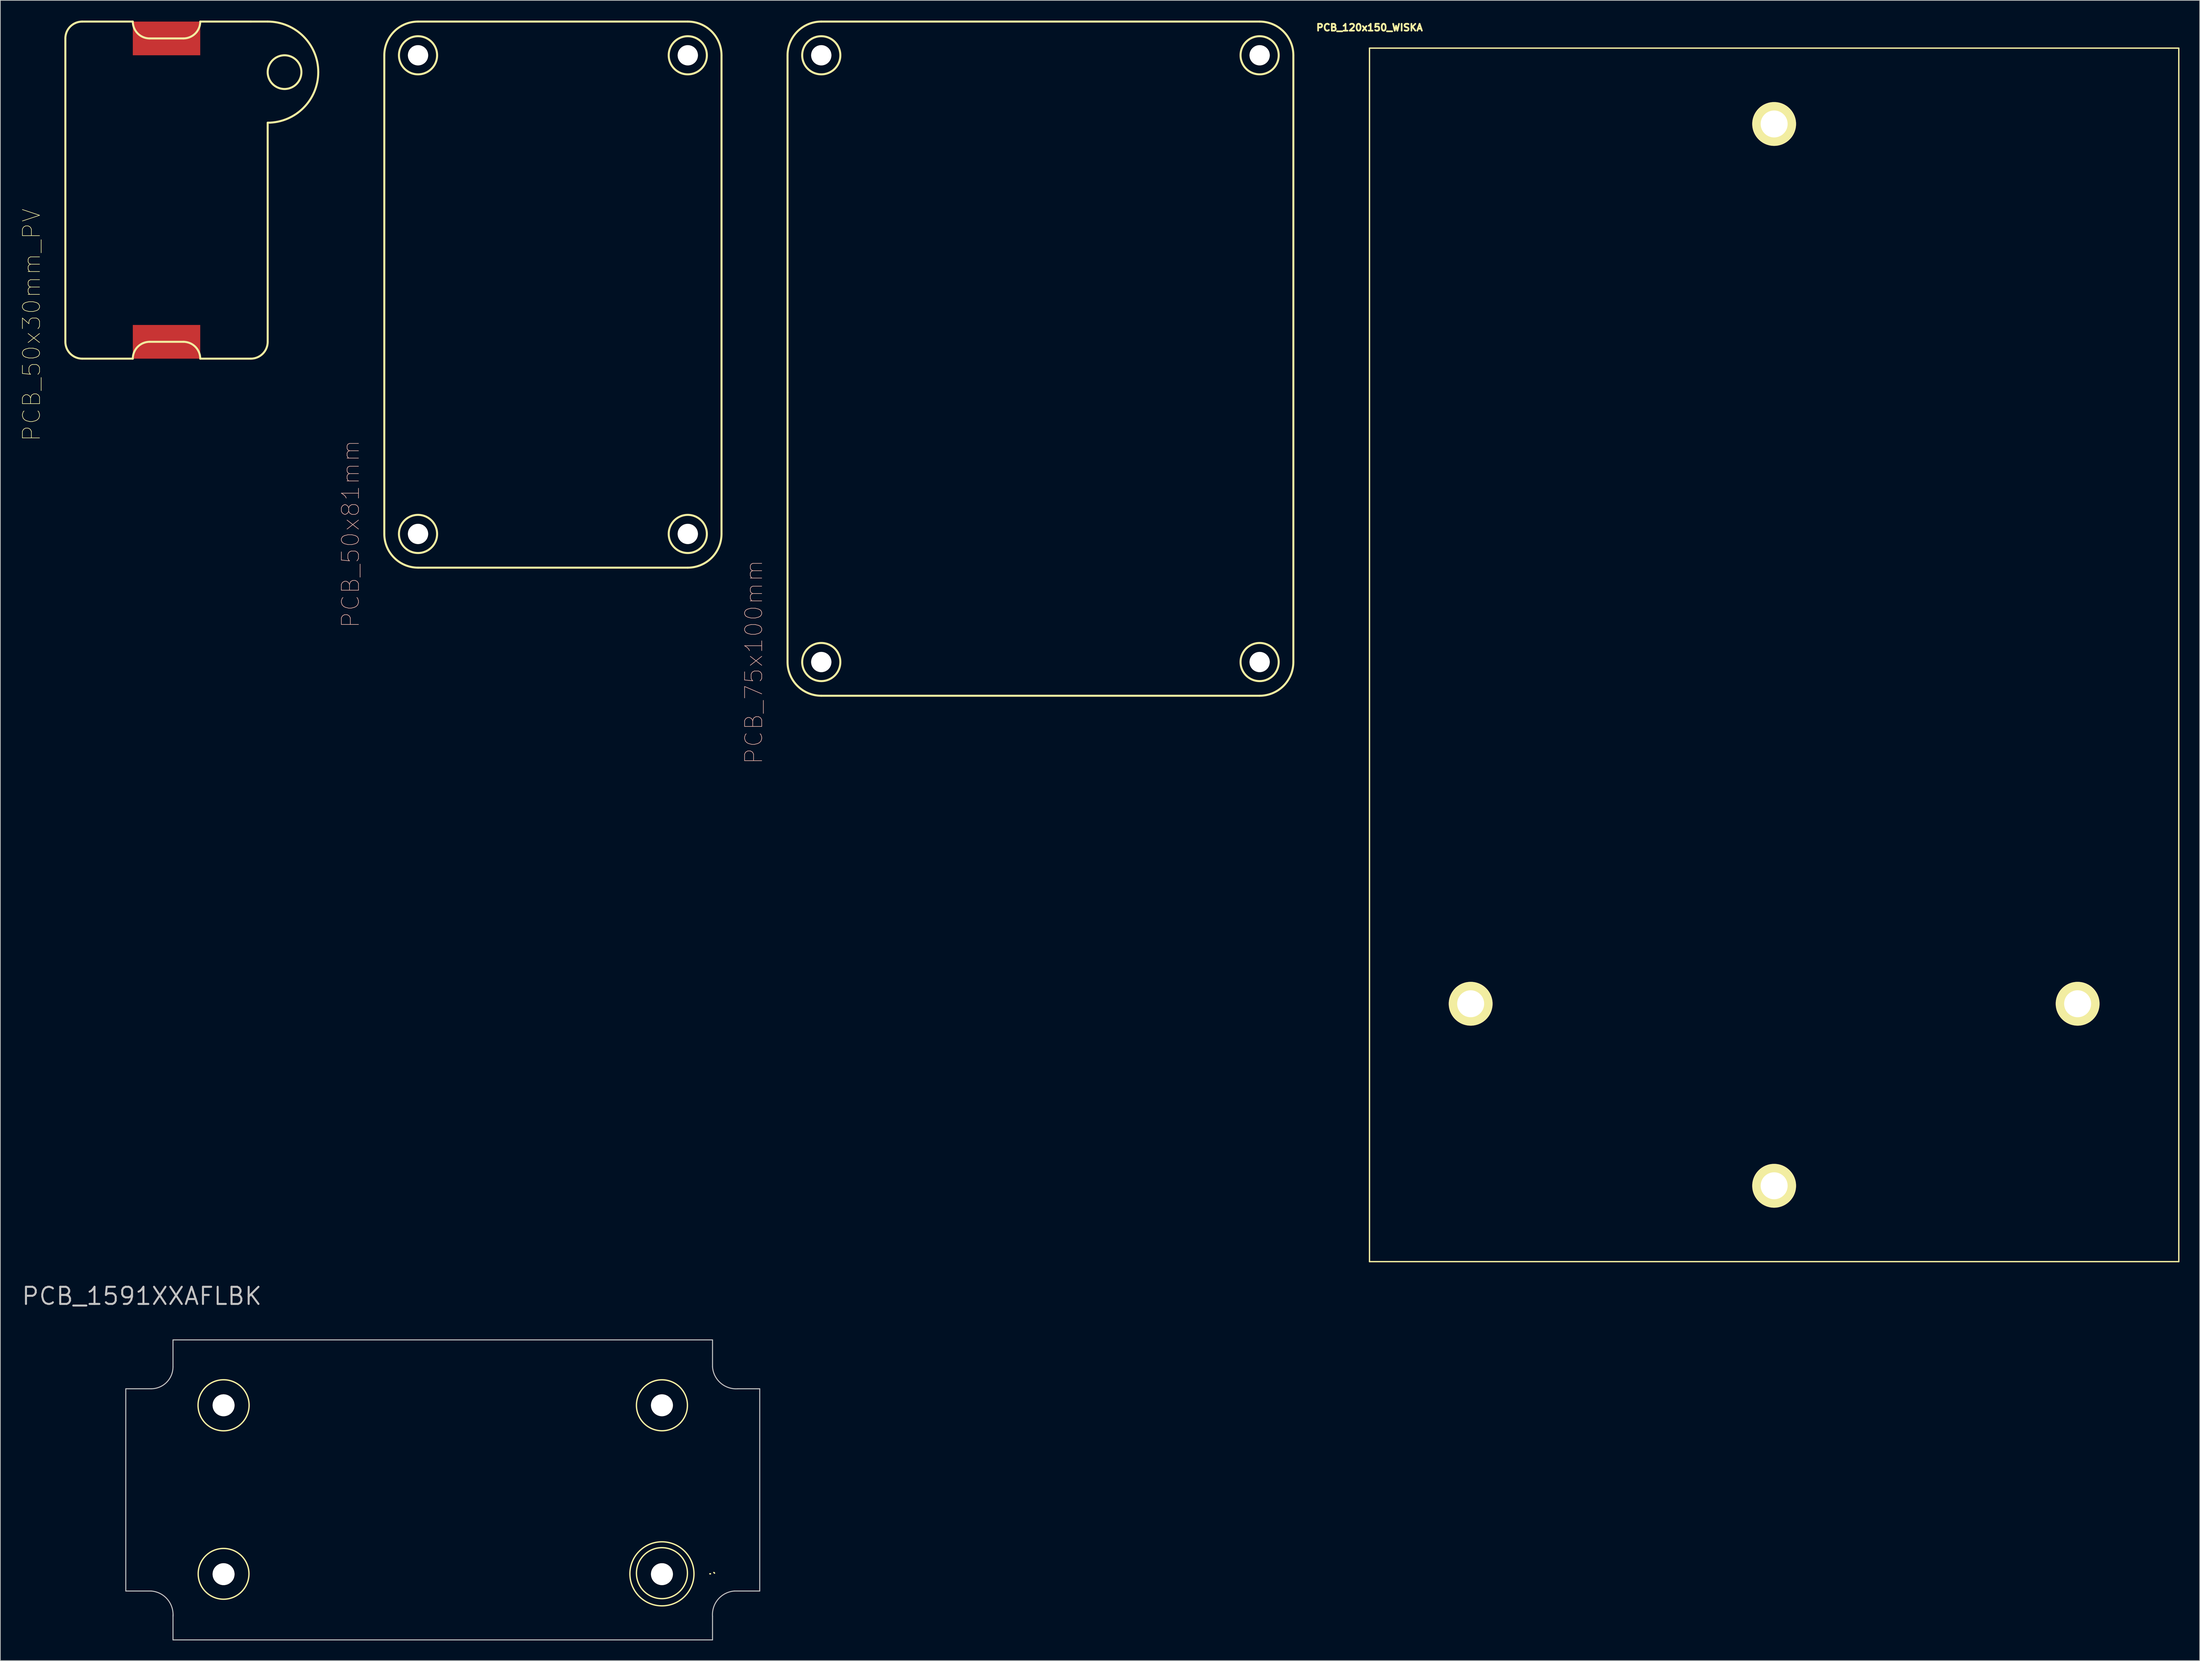
<source format=kicad_pcb>
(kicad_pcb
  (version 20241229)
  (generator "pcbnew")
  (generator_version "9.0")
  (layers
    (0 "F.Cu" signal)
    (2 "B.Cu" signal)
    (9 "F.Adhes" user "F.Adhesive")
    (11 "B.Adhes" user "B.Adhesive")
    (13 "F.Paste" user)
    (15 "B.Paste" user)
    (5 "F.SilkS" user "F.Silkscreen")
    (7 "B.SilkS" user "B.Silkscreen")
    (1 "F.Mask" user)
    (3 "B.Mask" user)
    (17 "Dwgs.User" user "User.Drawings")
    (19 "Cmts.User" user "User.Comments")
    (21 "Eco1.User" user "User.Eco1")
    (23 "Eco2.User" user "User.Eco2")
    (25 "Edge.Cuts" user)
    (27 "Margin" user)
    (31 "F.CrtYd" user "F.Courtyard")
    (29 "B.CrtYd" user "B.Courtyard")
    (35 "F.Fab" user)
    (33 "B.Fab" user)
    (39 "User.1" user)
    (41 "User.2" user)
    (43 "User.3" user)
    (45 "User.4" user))
  (footprint "PCB_120x150_WISKA"
    (layer "F.Cu")
    (at 200.017 4.088)
    (property "Reference" "PCB_120x150_WISKA" (at 0 -3.048 0) (layer "F.SilkS") (effects (font (size 1.016 1.016) (thickness 0.254))))
    (attr through_hole)
    (fp_line (start 0 0) (end 120 0) (stroke (width 0.2) (type solid)) (layer "F.SilkS"))
    (fp_line (start 0 180) (end 0 0) (stroke (width 0.2) (type solid)) (layer "F.SilkS"))
    (fp_line (start 120 0) (end 120 180) (stroke (width 0.2) (type solid)) (layer "F.SilkS"))
    (fp_line (start 120 180) (end 0 180) (stroke (width 0.2) (type solid)) (layer "F.SilkS"))
    (pad "" np_thru_hole circle (at 15 141.75) (size 6.5 6.5) (drill 4) (layers "*.Cu" "*.Mask" "F.SilkS"))
    (pad "" np_thru_hole circle (at 60 11.25) (size 6.5 6.5) (drill 4) (layers "*.Cu" "*.Mask" "F.SilkS"))
    (pad "" np_thru_hole circle (at 60 168.75) (size 6.5 6.5) (drill 4) (layers "*.Cu" "*.Mask" "F.SilkS"))
    (pad "" np_thru_hole circle (at 105 141.75) (size 6.5 6.5) (drill 4) (layers "*.Cu" "*.Mask" "F.SilkS")))
  (footprint "PCB_75x100mm"
    (layer "F.Cu")
    (at 113.726 100.15)
    (property "Reference" "PCB_75x100mm" (at -5 -5 90) (layer "B.SilkS") (effects (font (size 2.54 2.54) (thickness 0.089))))
    (attr exclude_from_pos_files exclude_from_bom)
    (fp_line (start 0 -95) (end 0 -45) (stroke (width 0.3) (type solid)) (layer "F.SilkS"))
    (fp_line (start 0 -45) (end 0 -5) (stroke (width 0.3) (type solid)) (layer "F.SilkS"))
    (fp_line (start 5 0) (end 70 0) (stroke (width 0.3) (type solid)) (layer "F.SilkS"))
    (fp_line (start 70 -100) (end 5 -100) (stroke (width 0.3) (type solid)) (layer "F.SilkS"))
    (fp_line (start 75 -5) (end 75 -95) (stroke (width 0.3) (type solid)) (layer "F.SilkS"))
    (fp_arc (start 0 -95) (mid 1.464466 -98.535534) (end 5 -100) (stroke (width 0.3) (type solid)) (layer "F.SilkS"))
    (fp_arc (start 5 0) (mid 1.464466 -1.464466) (end 0 -5) (stroke (width 0.3) (type solid)) (layer "F.SilkS"))
    (fp_arc (start 70 -100) (mid 73.535534 -98.535534) (end 75 -95) (stroke (width 0.3) (type solid)) (layer "F.SilkS"))
    (fp_arc (start 75 -5) (mid 73.535534 -1.464466) (end 70 0) (stroke (width 0.3) (type solid)) (layer "F.SilkS"))
    (fp_circle (center 5 -95) (end 7 -93) (stroke (width 0.3) (type solid)) (fill no) (layer "F.SilkS"))
    (fp_circle (center 5 -5) (end 7 -3) (stroke (width 0.3) (type solid)) (fill no) (layer "F.SilkS"))
    (fp_circle (center 70 -95) (end 72 -93) (stroke (width 0.3) (type solid)) (fill no) (layer "F.SilkS"))
    (fp_circle (center 70 -5) (end 72 -3) (stroke (width 0.3) (type solid)) (fill no) (layer "F.SilkS"))
    (pad "" np_thru_hole circle (at 5 -95) (size 3 3) (drill 3) (layers "*.Cu" "*.Mask" "F.SilkS"))
    (pad "" np_thru_hole circle (at 5 -5) (size 3 3) (drill 3) (layers "*.Cu" "*.Mask" "F.SilkS"))
    (pad "" np_thru_hole circle (at 70 -95) (size 3 3) (drill 3) (layers "*.Cu" "*.Mask" "F.SilkS"))
    (pad "" np_thru_hole circle (at 70 -5) (size 3 3) (drill 3) (layers "*.Cu" "*.Mask" "F.SilkS")))
  (footprint "PCB_1591XXAFLBK"
    (layer "F.Cu")
    (at 15.601 195.697)
    (property "Reference" "PCB_1591XXAFLBK" (at 2.375 -6.496 180) (layer "Dwgs.User") (effects (font (size 2.54 2.54) (thickness 0.3))))
    (attr exclude_from_pos_files exclude_from_bom)
    (fp_line (start 86.6 34.7) (end 86.7 34.7) (stroke (width 0.2) (type solid)) (layer "F.SilkS"))
    (fp_line (start 87.3 34.6) (end 87.2 34.5) (stroke (width 0.2) (type solid)) (layer "F.SilkS"))
    (fp_circle (center 14.5 9.7) (end 18.2 10.5) (stroke (width 0.2) (type solid)) (fill no) (layer "F.SilkS"))
    (fp_circle (center 14.5 34.7) (end 17.4 37.1) (stroke (width 0.2) (type solid)) (fill no) (layer "F.SilkS"))
    (fp_circle (center 79.5 9.7) (end 81.8 12.7) (stroke (width 0.2) (type solid)) (fill no) (layer "F.SilkS"))
    (fp_circle (center 79.5 34.6) (end 81.8 37.6) (stroke (width 0.2) (type solid)) (fill no) (layer "F.SilkS"))
    (fp_circle (center 79.5 34.7) (end 82.6 38.3) (stroke (width 0.2) (type solid)) (fill no) (layer "F.SilkS"))
    (fp_line (start 0 7.25) (end 0 37.25) (stroke (width 0.15) (type solid)) (layer "Dwgs.User"))
    (fp_line (start 3.75 7.25) (end 0 7.25) (stroke (width 0.15) (type solid)) (layer "Dwgs.User"))
    (fp_line (start 3.75 37.25) (end 0 37.25) (stroke (width 0.15) (type solid)) (layer "Dwgs.User"))
    (fp_line (start 7 4) (end 7 0) (stroke (width 0.15) (type solid)) (layer "Dwgs.User"))
    (fp_line (start 7 40.75) (end 7 44.5) (stroke (width 0.15) (type solid)) (layer "Dwgs.User"))
    (fp_line (start 87 0) (end 7 0) (stroke (width 0.15) (type solid)) (layer "Dwgs.User"))
    (fp_line (start 87 4) (end 87 0) (stroke (width 0.15) (type solid)) (layer "Dwgs.User"))
    (fp_line (start 87 41) (end 87 44.5) (stroke (width 0.15) (type solid)) (layer "Dwgs.User"))
    (fp_line (start 87 44.5) (end 7 44.5) (stroke (width 0.15) (type solid)) (layer "Dwgs.User"))
    (fp_line (start 90.25 37.25) (end 94 37.25) (stroke (width 0.15) (type solid)) (layer "Dwgs.User"))
    (fp_line (start 90.75 7.25) (end 94 7.25) (stroke (width 0.15) (type solid)) (layer "Dwgs.User"))
    (fp_line (start 94 37.25) (end 94 7.25) (stroke (width 0.15) (type solid)) (layer "Dwgs.User"))
    (fp_arc (start 3.75 37.25) (mid 6.15165 38.451903) (end 7 41) (stroke (width 0.15) (type solid)) (layer "Dwgs.User"))
    (fp_arc (start 7 4) (mid 6.048097 6.298097) (end 3.75 7.25) (stroke (width 0.15) (type solid)) (layer "Dwgs.User"))
    (fp_arc (start 87 41) (mid 87.84835 38.451903) (end 90.25 37.25) (stroke (width 0.15) (type solid)) (layer "Dwgs.User"))
    (fp_arc (start 90.75 7.25) (mid 88.201903 6.40165) (end 87 4) (stroke (width 0.15) (type solid)) (layer "Dwgs.User"))
    (pad "" np_thru_hole circle (at 14.5 9.7) (size 3.25 3.25) (drill 3.25) (layers "*.Cu" "*.Mask" "F.SilkS"))
    (pad "" np_thru_hole circle (at 14.5 34.75) (size 3.25 3.25) (drill 3.25) (layers "*.Cu" "*.Mask" "F.SilkS"))
    (pad "" np_thru_hole circle (at 79.5 9.7) (size 3.25 3.25) (drill 3.25) (layers "*.Cu" "*.Mask" "F.SilkS"))
    (pad "" np_thru_hole circle (at 79.5 34.75) (size 3.25 3.25) (drill 3.25) (layers "*.Cu" "*.Mask" "F.SilkS")))
  (footprint "PCB_50x81mm"
    (layer "F.Cu")
    (at 53.934 81.15)
    (property "Reference" "PCB_50x81mm" (at -5 -5 90) (layer "B.SilkS") (effects (font (size 2.54 2.54) (thickness 0.089))))
    (attr exclude_from_pos_files exclude_from_bom)
    (fp_line (start 0 -76) (end 0 -5) (stroke (width 0.3) (type solid)) (layer "F.SilkS"))
    (fp_line (start 5 -81) (end 45 -81) (stroke (width 0.3) (type solid)) (layer "F.SilkS"))
    (fp_line (start 5 0) (end 45 0) (stroke (width 0.3) (type solid)) (layer "F.SilkS"))
    (fp_line (start 50 -5) (end 50 -76) (stroke (width 0.3) (type solid)) (layer "F.SilkS"))
    (fp_arc (start 0 -76) (mid 1.464466 -79.535534) (end 5 -81) (stroke (width 0.3) (type solid)) (layer "F.SilkS"))
    (fp_arc (start 5 0) (mid 1.464466 -1.464466) (end 0 -5) (stroke (width 0.3) (type solid)) (layer "F.SilkS"))
    (fp_arc (start 45 -81) (mid 48.535534 -79.535534) (end 50 -76) (stroke (width 0.3) (type solid)) (layer "F.SilkS"))
    (fp_arc (start 50 -5) (mid 48.535534 -1.464466) (end 45 0) (stroke (width 0.3) (type solid)) (layer "F.SilkS"))
    (fp_circle (center 5 -76) (end 7 -74) (stroke (width 0.3) (type solid)) (fill no) (layer "F.SilkS"))
    (fp_circle (center 5 -5) (end 7 -3) (stroke (width 0.3) (type solid)) (fill no) (layer "F.SilkS"))
    (fp_circle (center 45 -76) (end 47 -74) (stroke (width 0.3) (type solid)) (fill no) (layer "F.SilkS"))
    (fp_circle (center 45 -5) (end 47 -3) (stroke (width 0.3) (type solid)) (fill no) (layer "F.SilkS"))
    (pad "" np_thru_hole circle (at 5 -76) (size 3 3) (drill 3) (layers "*.Cu" "*.Mask" "F.SilkS"))
    (pad "" np_thru_hole circle (at 5 -5) (size 3 3) (drill 3) (layers "*.Cu" "*.Mask" "F.SilkS"))
    (pad "" np_thru_hole circle (at 45 -76) (size 3 3) (drill 3) (layers "*.Cu" "*.Mask" "F.SilkS"))
    (pad "" np_thru_hole circle (at 45 -5) (size 3 3) (drill 3) (layers "*.Cu" "*.Mask" "F.SilkS")))
  (footprint "PCB_50x30mm_PV"
    (layer "F.Cu")
    (at 6.642 50.15)
    (property "Reference" "PCB_50x30mm_PV" (at -5 -5 90) (layer "F.SilkS") (effects (font (size 2.54 2.54) (thickness 0.089))))
    (attr exclude_from_pos_files exclude_from_bom)
    (fp_line (start 0 -2.5) (end 0 -47.5) (stroke (width 0.3) (type solid)) (layer "F.SilkS"))
    (fp_line (start 2.5 -50) (end 10 -50) (stroke (width 0.3) (type solid)) (layer "F.SilkS"))
    (fp_line (start 2.5 0) (end 10 0) (stroke (width 0.3) (type solid)) (layer "F.SilkS"))
    (fp_line (start 12.5 -47.5) (end 17.5 -47.5) (stroke (width 0.3) (type solid)) (layer "F.SilkS"))
    (fp_line (start 12.5 -2.5) (end 17.5 -2.5) (stroke (width 0.3) (type solid)) (layer "F.SilkS"))
    (fp_line (start 20 -50) (end 27.5 -50) (stroke (width 0.3) (type solid)) (layer "F.SilkS"))
    (fp_line (start 20 0) (end 27.5 0) (stroke (width 0.3) (type solid)) (layer "F.SilkS"))
    (fp_line (start 27.5 -50) (end 30 -50) (stroke (width 0.3) (type solid)) (layer "F.SilkS"))
    (fp_line (start 30 -2.5) (end 30 -35) (stroke (width 0.3) (type solid)) (layer "F.SilkS"))
    (fp_arc (start 0 -47.5) (mid 0.732233 -49.267767) (end 2.5 -50) (stroke (width 0.3) (type solid)) (layer "F.SilkS"))
    (fp_arc (start 2.5 0) (mid 0.732233 -0.732233) (end 0 -2.5) (stroke (width 0.3) (type solid)) (layer "F.SilkS"))
    (fp_arc (start 10 0) (mid 10.732233 -1.767767) (end 12.5 -2.5) (stroke (width 0.3) (type solid)) (layer "F.SilkS"))
    (fp_arc (start 12.5 -47.5) (mid 10.732233 -48.232233) (end 10 -50) (stroke (width 0.3) (type solid)) (layer "F.SilkS"))
    (fp_arc (start 17.5 -2.5) (mid 19.267767 -1.767767) (end 20 0) (stroke (width 0.3) (type solid)) (layer "F.SilkS"))
    (fp_arc (start 20 -50) (mid 19.267767 -48.232233) (end 17.5 -47.5) (stroke (width 0.3) (type solid)) (layer "F.SilkS"))
    (fp_arc (start 30 -50) (mid 35.303301 -47.803301) (end 37.5 -42.5) (stroke (width 0.3) (type solid)) (layer "F.SilkS"))
    (fp_arc (start 30 -2.5) (mid 29.267767 -0.732233) (end 27.5 0) (stroke (width 0.3) (type solid)) (layer "F.SilkS"))
    (fp_arc (start 37.5 -42.5) (mid 35.303301 -37.196699) (end 30 -35) (stroke (width 0.3) (type solid)) (layer "F.SilkS"))
    (fp_circle (center 32.5 -42.5) (end 32.5 -45) (stroke (width 0.3) (type solid)) (fill no) (layer "F.SilkS"))
    (pad "1" smd rect (at 15 -47.5) (size 10 5) (layers "F.Cu" "F.Mask" "F.Paste"))
    (pad "2" smd rect (at 15 -2.5) (size 10 5) (layers "F.Cu" "F.Mask" "F.Paste")))
  (gr_rect
    (start -3 -3)
    (end 323.117 243.272)
    (stroke (width 0.1) (type default))
    (fill no)
    (layer "Edge.Cuts")))
</source>
